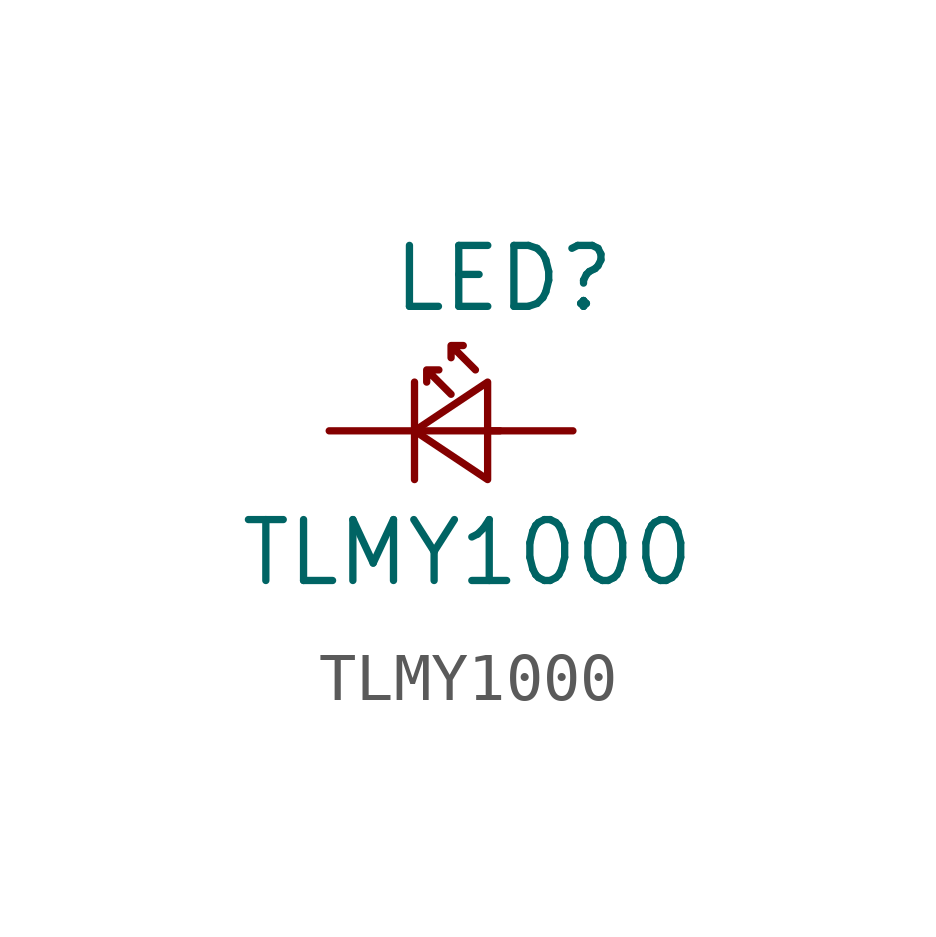
<source format=kicad_sym>
(kicad_symbol_lib
  (version 20211014)
  (generator kicad_symbol_editor)
  (symbol "TLMY1000"
    (pin_numbers hide)
    (pin_names
      (offset 0.254) hide)
    (property "Reference" "LED"
      (at -1.27 3.175 0)
      (effects (font (size 1.27 1.27)) (justify left)))
    (property "Value" "TLMY1000"
      (at -4.445 -2.54 0)
      (effects (font (size 1.27 1.27)) (justify left)))
    (symbol "TLMY1000_0_1"
      (polyline (pts (xy -0.762 -1.016) (xy -0.762 1.016)) (stroke (width 0) (type default) (color 0 0 0 0)) (fill (type none)))
      (polyline (pts (xy 1.016 0) (xy -0.762 0)) (stroke (width 0) (type default) (color 0 0 0 0)) (fill (type none)))
      (polyline (pts (xy 0.762 -1.016) (xy -0.762 0) (xy 0.762 1.016) (xy 0.762 -1.016)) (stroke (width 0) (type default) (color 0 0 0 0)) (fill (type none)))
      (polyline (pts (xy 0 0.762) (xy -0.508 1.27) (xy -0.254 1.27) (xy -0.508 1.27) (xy -0.508 1.016)) (stroke (width 0) (type default) (color 0 0 0 0)) (fill (type none)))
      (polyline (pts (xy 0.508 1.27) (xy 0 1.778) (xy 0.254 1.778) (xy 0 1.778) (xy 0 1.524)) (stroke (width 0) (type default) (color 0 0 0 0)) (fill (type none))))
    (symbol "TLMY1000_1_1"
      (pin passive line (at 2.54 0 180) (length 1.778) (name "A" (effects (font (size 1.27 1.27)))) (number "A" (effects (font (size 1.27 1.27)))))
      (pin passive line (at -2.54 0 0) (length 1.778) (name "K" (effects (font (size 1.27 1.27)))) (number "C" (effects (font (size 1.27 1.27))))))))
</source>
